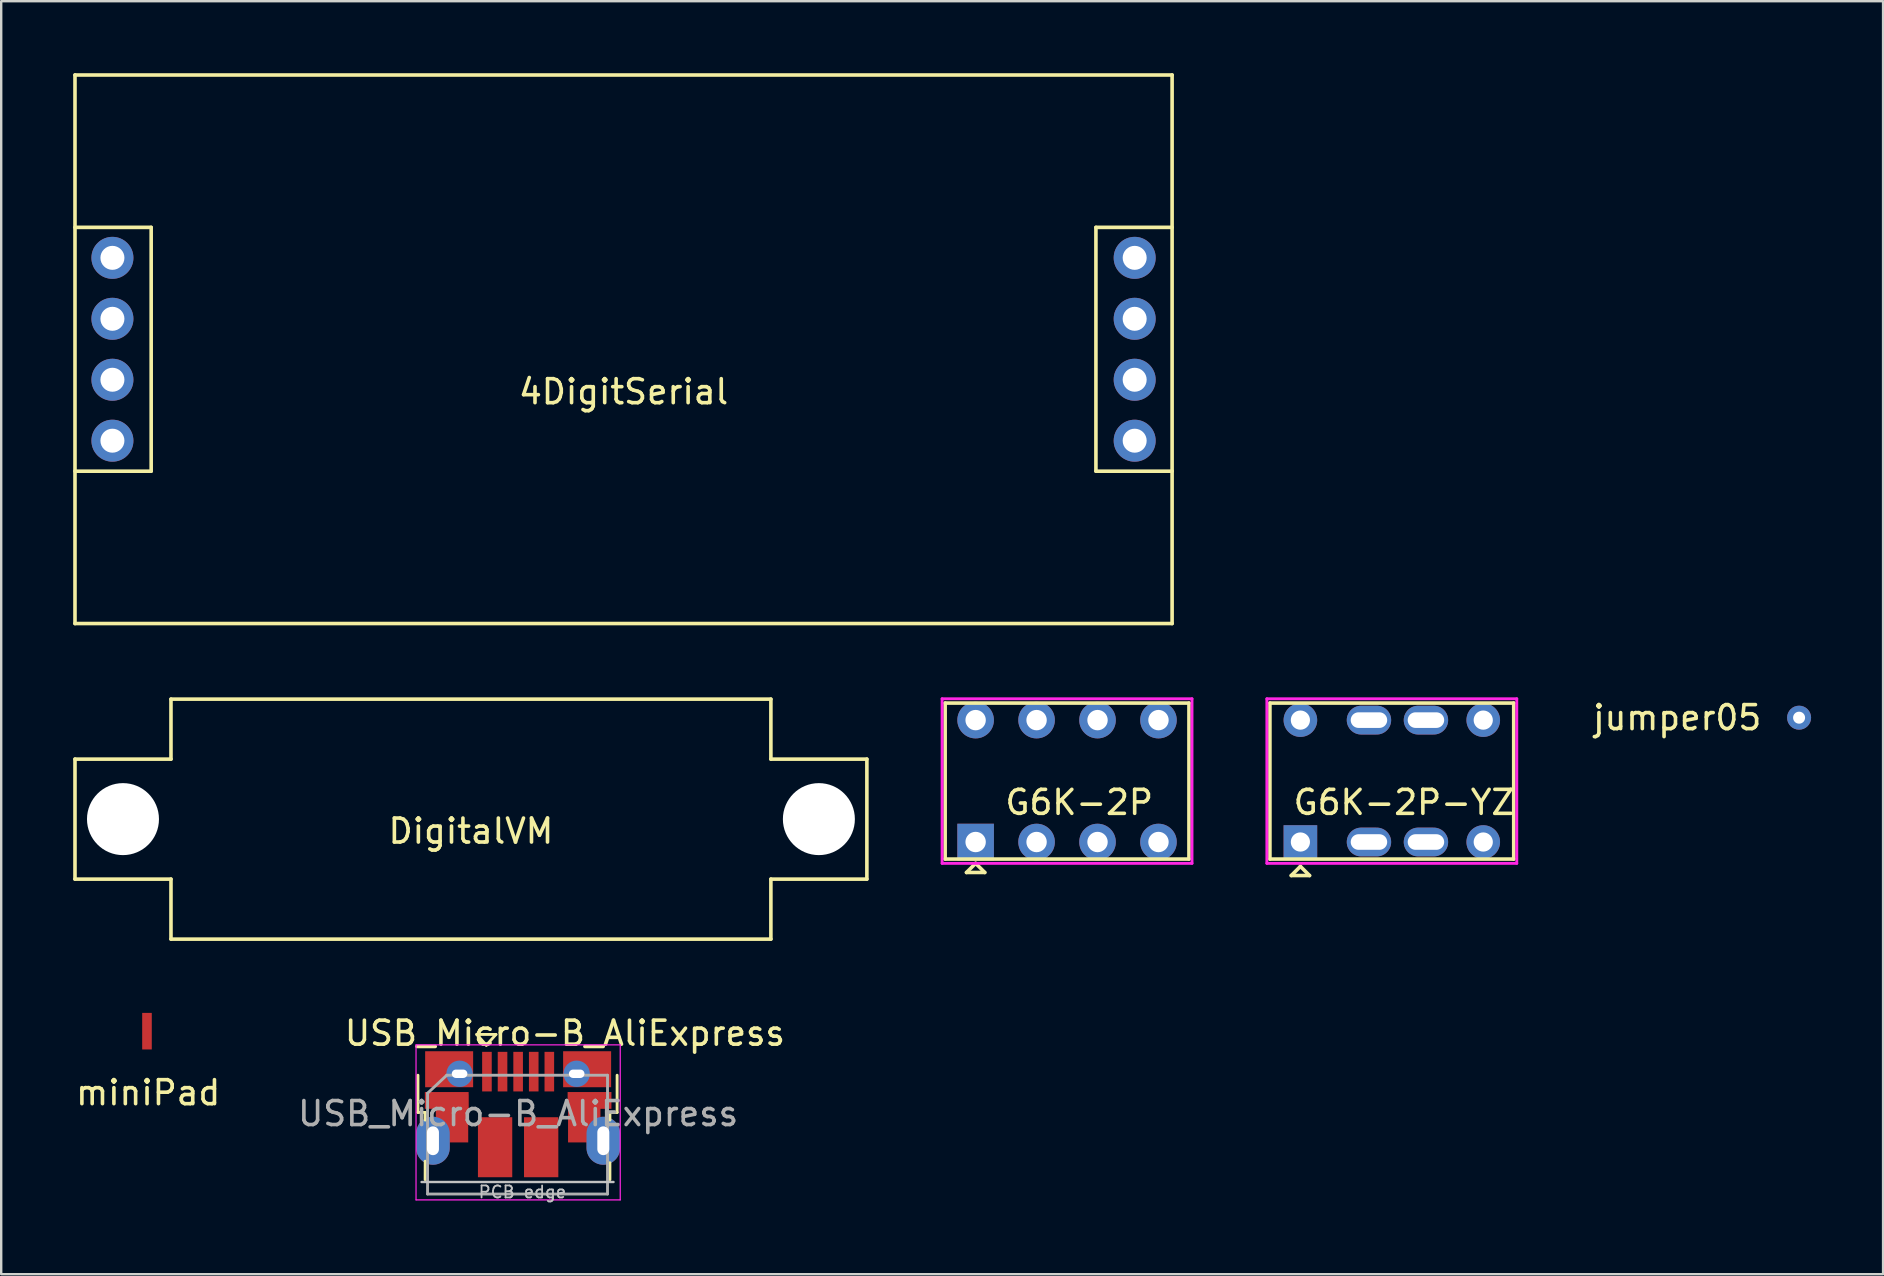
<source format=kicad_pcb>
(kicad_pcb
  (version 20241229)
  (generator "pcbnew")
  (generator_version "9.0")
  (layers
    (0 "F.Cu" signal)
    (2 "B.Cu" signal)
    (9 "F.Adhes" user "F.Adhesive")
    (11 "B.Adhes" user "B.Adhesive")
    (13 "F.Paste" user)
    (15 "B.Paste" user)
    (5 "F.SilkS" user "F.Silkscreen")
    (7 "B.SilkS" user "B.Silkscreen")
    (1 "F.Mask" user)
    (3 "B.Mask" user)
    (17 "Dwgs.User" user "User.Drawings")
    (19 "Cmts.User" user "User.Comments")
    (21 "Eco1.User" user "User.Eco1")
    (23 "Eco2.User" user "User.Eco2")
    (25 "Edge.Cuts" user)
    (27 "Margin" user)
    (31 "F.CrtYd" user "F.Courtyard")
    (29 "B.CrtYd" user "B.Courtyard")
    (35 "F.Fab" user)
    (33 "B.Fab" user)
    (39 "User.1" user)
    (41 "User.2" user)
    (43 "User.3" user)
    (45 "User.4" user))
  (footprint "G6K-2P"
    (layer "F.Cu")
    (at 41.417 29.499)
    (property "Reference" "G6K-2P" (at 0.508 0.889 0) (layer "F.SilkS") (effects (font (size 1 1) (thickness 0.15))))
    (attr through_hole)
    (fp_line (start -5.08 -3.25) (end 5.08 -3.25) (stroke (width 0.15) (type solid)) (layer "F.SilkS"))
    (fp_line (start -5.08 3.25) (end -5.08 -3.25) (stroke (width 0.15) (type solid)) (layer "F.SilkS"))
    (fp_line (start -4.191 3.81) (end -3.429 3.81) (stroke (width 0.15) (type solid)) (layer "F.SilkS"))
    (fp_line (start -3.81 3.429) (end -4.191 3.81) (stroke (width 0.15) (type solid)) (layer "F.SilkS"))
    (fp_line (start -3.429 3.81) (end -3.81 3.429) (stroke (width 0.15) (type solid)) (layer "F.SilkS"))
    (fp_line (start 5.08 -3.25) (end 5.08 3.25) (stroke (width 0.15) (type solid)) (layer "F.SilkS"))
    (fp_line (start 5.08 3.25) (end -5.08 3.25) (stroke (width 0.15) (type solid)) (layer "F.SilkS"))
    (fp_line (start -5.207 -3.429) (end 5.207 -3.429) (stroke (width 0.12) (type solid)) (layer "F.CrtYd"))
    (fp_line (start -5.207 3.429) (end -5.207 -3.429) (stroke (width 0.12) (type solid)) (layer "F.CrtYd"))
    (fp_line (start 5.207 -3.429) (end 5.207 3.429) (stroke (width 0.12) (type solid)) (layer "F.CrtYd"))
    (fp_line (start 5.207 3.429) (end -5.207 3.429) (stroke (width 0.12) (type solid)) (layer "F.CrtYd"))
    (pad "1" thru_hole rect (at -3.81 2.54) (size 1.524 1.524) (drill 0.85) (layers "*.Cu" "*.Mask"))
    (pad "2" thru_hole circle (at -1.27 2.54) (size 1.524 1.524) (drill 0.85) (layers "*.Cu" "*.Mask"))
    (pad "3" thru_hole circle (at 1.27 2.54) (size 1.524 1.524) (drill 0.85) (layers "*.Cu" "*.Mask"))
    (pad "4" thru_hole circle (at 3.81 2.54) (size 1.524 1.524) (drill 0.85) (layers "*.Cu" "*.Mask"))
    (pad "5" thru_hole circle (at 3.81 -2.54) (size 1.524 1.524) (drill 0.85) (layers "*.Cu" "*.Mask"))
    (pad "6" thru_hole circle (at 1.27 -2.54) (size 1.524 1.524) (drill 0.85) (layers "*.Cu" "*.Mask"))
    (pad "7" thru_hole circle (at -1.27 -2.54) (size 1.524 1.524) (drill 0.85) (layers "*.Cu" "*.Mask"))
    (pad "8" thru_hole circle (at -3.81 -2.54) (size 1.524 1.524) (drill 0.85) (layers "*.Cu" "*.Mask")))
  (footprint "4DigitSerial"
    (layer "F.Cu")
    (at 22.935 12.775)
    (property "Reference" "4DigitSerial" (at 0 0.5 0) (layer "F.SilkS") (effects (font (size 1 1) (thickness 0.15))))
    (attr through_hole)
    (fp_line (start -22.86 -6.35) (end -19.685 -6.35) (stroke (width 0.15) (type solid)) (layer "F.SilkS"))
    (fp_line (start -22.86 10.16) (end -22.86 -12.7) (stroke (width 0.15) (type solid)) (layer "F.SilkS"))
    (fp_line (start -19.685 -6.35) (end -19.685 3.81) (stroke (width 0.15) (type solid)) (layer "F.SilkS"))
    (fp_line (start -19.685 3.81) (end -22.86 3.81) (stroke (width 0.15) (type solid)) (layer "F.SilkS"))
    (fp_line (start 19.685 -6.35) (end 19.685 3.81) (stroke (width 0.15) (type solid)) (layer "F.SilkS"))
    (fp_line (start 19.685 3.81) (end 22.86 3.81) (stroke (width 0.15) (type solid)) (layer "F.SilkS"))
    (fp_line (start 22.86 -12.7) (end -22.86 -12.7) (stroke (width 0.15) (type solid)) (layer "F.SilkS"))
    (fp_line (start 22.86 -6.35) (end 19.685 -6.35) (stroke (width 0.15) (type solid)) (layer "F.SilkS"))
    (fp_line (start 22.86 10.16) (end -22.86 10.16) (stroke (width 0.15) (type solid)) (layer "F.SilkS"))
    (fp_line (start 22.86 10.16) (end 22.86 -12.7) (stroke (width 0.15) (type solid)) (layer "F.SilkS"))
    (pad "1" thru_hole circle (at -21.3 -5.08) (size 1.75 1.75) (drill 1) (layers "*.Cu" "*.Mask"))
    (pad "2" thru_hole circle (at -21.3 -2.54) (size 1.75 1.75) (drill 1) (layers "*.Cu" "*.Mask"))
    (pad "3" thru_hole circle (at -21.3 0) (size 1.75 1.75) (drill 1) (layers "*.Cu" "*.Mask"))
    (pad "4" thru_hole circle (at -21.3 2.54) (size 1.75 1.75) (drill 1) (layers "*.Cu" "*.Mask"))
    (pad "5" thru_hole circle (at 21.3 2.54) (size 1.75 1.75) (drill 1) (layers "*.Cu" "*.Mask"))
    (pad "6" thru_hole circle (at 21.3 0) (size 1.75 1.75) (drill 1) (layers "*.Cu" "*.Mask"))
    (pad "7" thru_hole circle (at 21.3 -2.54) (size 1.75 1.75) (drill 1) (layers "*.Cu" "*.Mask"))
    (pad "8" thru_hole circle (at 21.3 -5.08) (size 1.75 1.75) (drill 1) (layers "*.Cu" "*.Mask")))
  (footprint "DigitalVM"
    (layer "F.Cu")
    (at 16.575 31.085)
    (property "Reference" "DigitalVM" (at 0 0.5 0) (layer "F.SilkS") (effects (font (size 1 1) (thickness 0.15))))
    (attr through_hole)
    (fp_line (start -16.5 -2.5) (end -16.5 2.5) (stroke (width 0.15) (type solid)) (layer "F.SilkS"))
    (fp_line (start -12.5 -5) (end -12.5 -2.5) (stroke (width 0.15) (type solid)) (layer "F.SilkS"))
    (fp_line (start -12.5 -2.5) (end -16.5 -2.5) (stroke (width 0.15) (type solid)) (layer "F.SilkS"))
    (fp_line (start -12.5 2.5) (end -16.5 2.5) (stroke (width 0.15) (type solid)) (layer "F.SilkS"))
    (fp_line (start -12.5 2.5) (end -12.5 5) (stroke (width 0.15) (type solid)) (layer "F.SilkS"))
    (fp_line (start 12.5 -5) (end -12.5 -5) (stroke (width 0.15) (type solid)) (layer "F.SilkS"))
    (fp_line (start 12.5 -2.5) (end 12.5 -5) (stroke (width 0.15) (type solid)) (layer "F.SilkS"))
    (fp_line (start 12.5 -2.5) (end 16.5 -2.5) (stroke (width 0.15) (type solid)) (layer "F.SilkS"))
    (fp_line (start 12.5 2.5) (end 12.5 5) (stroke (width 0.15) (type solid)) (layer "F.SilkS"))
    (fp_line (start 12.5 2.5) (end 16.5 2.5) (stroke (width 0.15) (type solid)) (layer "F.SilkS"))
    (fp_line (start 12.5 5) (end -12.5 5) (stroke (width 0.15) (type solid)) (layer "F.SilkS"))
    (fp_line (start 16.5 2.5) (end 16.5 -2.5) (stroke (width 0.15) (type solid)) (layer "F.SilkS"))
    (pad "" np_thru_hole circle (at -14.5 0) (size 3 3) (drill 3) (layers "*.Cu" "*.Mask"))
    (pad "" np_thru_hole circle (at 14.5 0) (size 3 3) (drill 3) (layers "*.Cu" "*.Mask")))
  (footprint "jumper05"
    (layer "F.Cu")
    (at 71.923 26.858)
    (property "Reference" "jumper05" (at -5.08 0 0) (layer "F.SilkS") (effects (font (size 1 1) (thickness 0.15))))
    (attr through_hole)
    (pad "1" thru_hole circle (at 0 0) (size 1 1) (drill 0.5) (layers "*.Cu" "*.Mask")))
  (footprint "G6K-2P-YZ"
    (layer "F.Cu")
    (at 54.951 29.499)
    (property "Reference" "G6K-2P-YZ" (at 0.508 0.889 0) (layer "F.SilkS") (effects (font (size 1 1) (thickness 0.15))))
    (attr through_hole)
    (fp_line (start -5.08 -3.25) (end 5.08 -3.25) (stroke (width 0.15) (type solid)) (layer "F.SilkS"))
    (fp_line (start -5.08 3.25) (end -5.08 -3.25) (stroke (width 0.15) (type solid)) (layer "F.SilkS"))
    (fp_line (start -4.191 3.937) (end -3.429 3.937) (stroke (width 0.15) (type solid)) (layer "F.SilkS"))
    (fp_line (start -3.81 3.556) (end -4.191 3.937) (stroke (width 0.15) (type solid)) (layer "F.SilkS"))
    (fp_line (start -3.429 3.937) (end -3.81 3.556) (stroke (width 0.15) (type solid)) (layer "F.SilkS"))
    (fp_line (start 5.08 -3.25) (end 5.08 3.25) (stroke (width 0.15) (type solid)) (layer "F.SilkS"))
    (fp_line (start 5.08 3.25) (end -5.08 3.25) (stroke (width 0.15) (type solid)) (layer "F.SilkS"))
    (fp_line (start -5.207 -3.429) (end 5.207 -3.429) (stroke (width 0.12) (type solid)) (layer "F.CrtYd"))
    (fp_line (start -5.207 3.429) (end -5.207 -3.429) (stroke (width 0.12) (type solid)) (layer "F.CrtYd"))
    (fp_line (start 5.207 -3.429) (end 5.207 3.429) (stroke (width 0.12) (type solid)) (layer "F.CrtYd"))
    (fp_line (start 5.207 3.429) (end -5.207 3.429) (stroke (width 0.12) (type solid)) (layer "F.CrtYd"))
    (pad "1" thru_hole rect (at -3.81 2.54) (size 1.4 1.4) (drill 0.8) (layers "*.Cu" "*.Mask"))
    (pad "2" thru_hole oval (at -0.953 2.54) (size 1.85 1.2) (drill oval 1.52 0.65) (layers "*.Cu" "*.Mask"))
    (pad "3" thru_hole oval (at 1.422 2.54) (size 1.85 1.2) (drill oval 1.52 0.65) (layers "*.Cu" "*.Mask"))
    (pad "4" thru_hole circle (at 3.81 2.54) (size 1.4 1.4) (drill 0.8) (layers "*.Cu" "*.Mask"))
    (pad "5" thru_hole circle (at 3.81 -2.54) (size 1.4 1.4) (drill 0.8) (layers "*.Cu" "*.Mask"))
    (pad "6" thru_hole oval (at 1.422 -2.54) (size 1.85 1.2) (drill oval 1.52 0.65) (layers "*.Cu" "*.Mask"))
    (pad "7" thru_hole oval (at -0.953 -2.54) (size 1.85 1.2) (drill oval 1.52 0.65) (layers "*.Cu" "*.Mask"))
    (pad "8" thru_hole circle (at -3.81 -2.54) (size 1.4 1.4) (drill 0.8) (layers "*.Cu" "*.Mask")))
  (footprint "miniPad"
    (layer "F.Cu")
    (at 3.1 39.947)
    (property "Reference" "miniPad" (at 0.025 2.54 0) (layer "F.SilkS") (effects (font (size 1 1) (thickness 0.15))))
    (attr through_hole)
    (pad "1" smd rect (at -0.025 -0.025) (size 0.4 1.524) (layers "F.Cu" "F.Mask" "F.Paste")))
  (footprint "USB_Micro-B_AliExpress"
    (layer "F.Cu")
    (at 18.542 43.373)
    (property "Reference" "USB_Micro-B_AliExpress" (at 1.95 -3.365 0) (layer "F.SilkS") (effects (font (size 1 1) (thickness 0.15))))
    (attr smd)
    (fp_line (start -4.175 -0.065) (end -4.175 -1.615) (stroke (width 0.12) (type solid)) (layer "F.SilkS"))
    (fp_line (start -4.175 -0.065) (end -3.875 -0.065) (stroke (width 0.12) (type solid)) (layer "F.SilkS"))
    (fp_line (start -3.875 0.254) (end -3.875 -0.065) (stroke (width 0.12) (type solid)) (layer "F.SilkS"))
    (fp_line (start -3.875 2.735) (end -3.873 1.968) (stroke (width 0.12) (type solid)) (layer "F.SilkS"))
    (fp_line (start -1.725 -3.315) (end -0.925 -3.315) (stroke (width 0.12) (type solid)) (layer "F.SilkS"))
    (fp_line (start -1.325 -2.865) (end -1.725 -3.315) (stroke (width 0.12) (type solid)) (layer "F.SilkS"))
    (fp_line (start -0.925 -3.315) (end -1.325 -2.865) (stroke (width 0.12) (type solid)) (layer "F.SilkS"))
    (fp_line (start 3.825 -0.065) (end 4.125 -0.065) (stroke (width 0.12) (type solid)) (layer "F.SilkS"))
    (fp_line (start 3.825 0.254) (end 3.825 -0.065) (stroke (width 0.12) (type solid)) (layer "F.SilkS"))
    (fp_line (start 3.825 2.735) (end 3.825 2.032) (stroke (width 0.12) (type solid)) (layer "F.SilkS"))
    (fp_line (start 4.125 -0.065) (end 4.125 -1.615) (stroke (width 0.12) (type solid)) (layer "F.SilkS"))
    (fp_line (start -4.025 2.835) (end 3.975 2.835) (stroke (width 0.1) (type solid)) (layer "Dwgs.User"))
    (fp_line (start -4.255 -2.88) (end -4.255 3.58) (stroke (width 0.05) (type solid)) (layer "F.CrtYd"))
    (fp_line (start -4.255 -2.88) (end 4.255 -2.88) (stroke (width 0.05) (type solid)) (layer "F.CrtYd"))
    (fp_line (start 4.255 3.58) (end -4.255 3.58) (stroke (width 0.05) (type solid)) (layer "F.CrtYd"))
    (fp_line (start 4.255 3.58) (end 4.255 -2.88) (stroke (width 0.05) (type solid)) (layer "F.CrtYd"))
    (fp_line (start -3.775 -0.865) (end -2.975 -1.615) (stroke (width 0.12) (type solid)) (layer "F.Fab"))
    (fp_line (start -3.775 3.335) (end -3.775 -0.865) (stroke (width 0.12) (type solid)) (layer "F.Fab"))
    (fp_line (start -2.975 -1.615) (end 3.725 -1.615) (stroke (width 0.12) (type solid)) (layer "F.Fab"))
    (fp_line (start 3.725 -1.615) (end 3.725 3.335) (stroke (width 0.12) (type solid)) (layer "F.Fab"))
    (fp_line (start 3.725 3.335) (end -3.775 3.335) (stroke (width 0.12) (type solid)) (layer "F.Fab"))
    (fp_text user "PCB edge" (at 0.178 3.251 0) (layer "Dwgs.User") (effects (font (size 0.5 0.5) (thickness 0.075))))
    (fp_text user "${REFERENCE}" (at 0 -0.015 0) (layer "F.Fab") (effects (font (size 1 1) (thickness 0.15))))
    (pad "1" smd rect (at -1.3 -1.765 90) (size 1.65 0.4) (layers "F.Cu" "F.Mask" "F.Paste"))
    (pad "2" smd rect (at -0.65 -1.765 90) (size 1.65 0.4) (layers "F.Cu" "F.Mask" "F.Paste"))
    (pad "3" smd rect (at 0 -1.765 90) (size 1.65 0.4) (layers "F.Cu" "F.Mask" "F.Paste"))
    (pad "4" smd rect (at 0.65 -1.765 90) (size 1.65 0.4) (layers "F.Cu" "F.Mask" "F.Paste"))
    (pad "5" smd rect (at 1.3 -1.765 90) (size 1.65 0.4) (layers "F.Cu" "F.Mask" "F.Paste"))
    (pad "6" thru_hole oval (at -3.55 1.115 90) (size 2 1.4) (drill oval 1.2 0.5) (layers "*.Cu" "*.Mask"))
    (pad "6" smd rect (at -2.975 -0.565) (size 1.825 0.7) (layers "F.Cu" "F.Mask" "F.Paste"))
    (pad "6" smd rect (at -2.875 -1.865) (size 2 1.5) (layers "F.Cu" "F.Mask" "F.Paste"))
    (pad "6" smd rect (at -2.755 0.185) (size 1.35 2) (layers "F.Cu" "F.Mask" "F.Paste"))
    (pad "6" thru_hole oval (at -2.44 -1.676) (size 1.1 1.1) (drill oval 0.65 0.35) (layers "*.Cu" "*.Mask"))
    (pad "6" smd rect (at -0.96 1.385 90) (size 2.5 1.43) (layers "F.Cu" "F.Mask" "F.Paste"))
    (pad "6" smd rect (at 0.96 1.385 90) (size 2.5 1.43) (layers "F.Cu" "F.Mask" "F.Paste"))
    (pad "6" thru_hole oval (at 2.44 -1.676) (size 1.1 1.1) (drill oval 0.65 0.35) (layers "*.Cu" "*.Mask"))
    (pad "6" smd rect (at 2.755 0.185) (size 1.35 2) (layers "F.Cu" "F.Mask" "F.Paste"))
    (pad "6" smd rect (at 2.875 -1.865) (size 2 1.5) (layers "F.Cu" "F.Mask" "F.Paste"))
    (pad "6" smd rect (at 2.975 -0.565) (size 1.825 0.7) (layers "F.Cu" "F.Mask" "F.Paste"))
    (pad "6" thru_hole oval (at 3.55 1.115 90) (size 2 1.4) (drill oval 1.2 0.5) (layers "*.Cu" "*.Mask")))
  (gr_rect
    (start -3 -3)
    (end 75.423 50.049)
    (stroke (width 0.1) (type default))
    (fill no)
    (layer "Edge.Cuts")))
</source>
